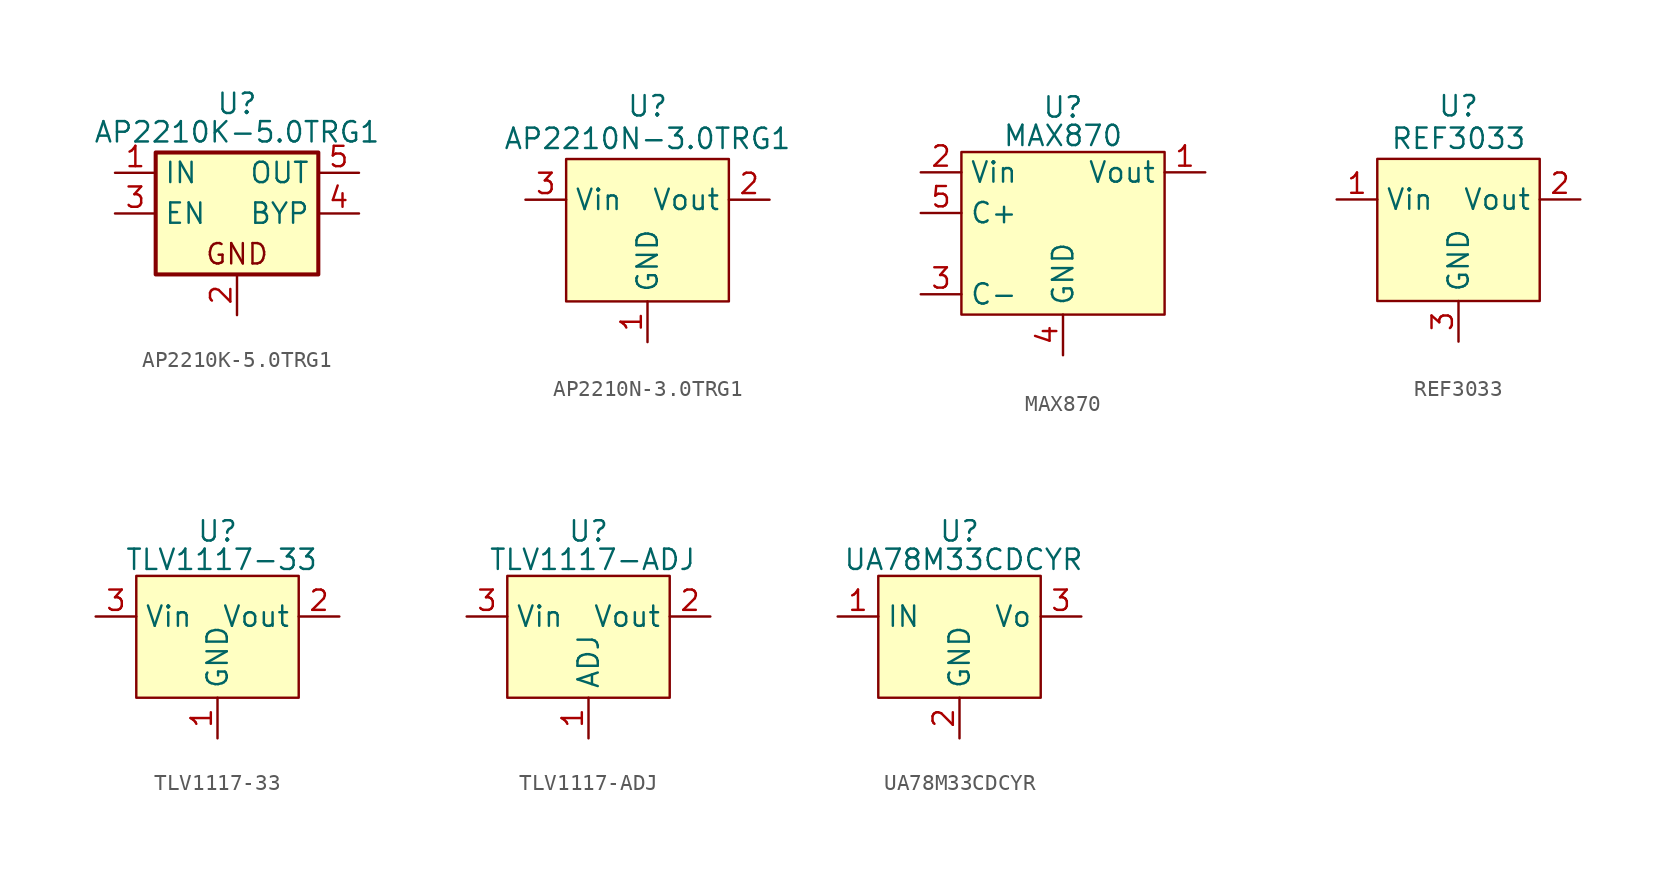
<source format=kicad_sym>
(kicad_symbol_lib
  (version 20241209)
  (generator "kicad_symbol_editor")
  (generator_version "9.0")
  (symbol "AP2210K-5.0TRG1"
    (property "Reference" "U"
      (at 0 5.588 0)
      (effects (font (size 1.27 1.27))))
    (property "Value" "AP2210K-5.0TRG1"
      (at 0 3.81 0)
      (effects (font (size 1.27 1.27))))
    (symbol "AP2210K-5.0TRG1_0_0"
      (rectangle (start -5.08 2.54) (end 5.08 -5.08) (stroke (width 0.254) (type default)) (fill (type background)))
      (text "GND" (at 0 -3.81 0) (effects (font (size 1.27 1.27)))))
    (symbol "AP2210K-5.0TRG1_1_1"
      (pin power_in line (at -7.62 1.27 0) (length 2.54) (name "IN" (effects (font (size 1.27 1.27)))) (number "1" (effects (font (size 1.27 1.27)))))
      (pin input line (at -7.62 -1.27 0) (length 2.54) (name "EN" (effects (font (size 1.27 1.27)))) (number "3" (effects (font (size 1.27 1.27)))))
      (pin power_in line (at 0 -7.62 90) (length 2.54) (name "~" (effects (font (size 1.27 1.27)))) (number "2" (effects (font (size 1.27 1.27)))))
      (pin power_out line (at 7.62 1.27 180) (length 2.54) (name "OUT" (effects (font (size 1.27 1.27)))) (number "5" (effects (font (size 1.27 1.27)))))
      (pin passive line (at 7.62 -1.27 180) (length 2.54) (name "BYP" (effects (font (size 1.27 1.27)))) (number "4" (effects (font (size 1.27 1.27)))))))
  (symbol "AP2210N-3.0TRG1"
    (property "Reference" "U"
      (at 0 5.842 0)
      (effects (font (size 1.27 1.27))))
    (property "Value" "AP2210N-3.0TRG1"
      (at 0 3.81 0)
      (effects (font (size 1.27 1.27))))
    (symbol "AP2210N-3.0TRG1_1_1"
      (rectangle (start -5.08 2.54) (end 5.08 -6.35) (stroke (width 0) (type default)) (fill (type background)))
      (pin power_in line (at -7.62 0 0) (length 2.54) (name "Vin" (effects (font (size 1.27 1.27)))) (number "3" (effects (font (size 1.27 1.27)))))
      (pin power_in line (at 0 -8.89 90) (length 2.54) (name "GND" (effects (font (size 1.27 1.27)))) (number "1" (effects (font (size 1.27 1.27)))))
      (pin power_out line (at 7.62 0 180) (length 2.54) (name "Vout" (effects (font (size 1.27 1.27)))) (number "2" (effects (font (size 1.27 1.27)))))))
  (symbol "MAX870"
    (property "Reference" "U"
      (at 0 6.604 0)
      (effects (font (size 1.27 1.27))))
    (property "Value" "MAX870"
      (at 0 4.826 0)
      (effects (font (size 1.27 1.27))))
    (symbol "MAX870_1_1"
      (rectangle (start -6.35 3.81) (end 6.35 -6.35) (stroke (width 0) (type default)) (fill (type background)))
      (pin power_in line (at -8.89 2.54 0) (length 2.54) (name "Vin" (effects (font (size 1.27 1.27)))) (number "2" (effects (font (size 1.27 1.27)))))
      (pin passive line (at -8.89 0 0) (length 2.54) (name "C+" (effects (font (size 1.27 1.27)))) (number "5" (effects (font (size 1.27 1.27)))))
      (pin passive line (at -8.89 -5.08 0) (length 2.54) (name "C-" (effects (font (size 1.27 1.27)))) (number "3" (effects (font (size 1.27 1.27)))))
      (pin power_in line (at 0 -8.89 90) (length 2.54) (name "GND" (effects (font (size 1.27 1.27)))) (number "4" (effects (font (size 1.27 1.27)))))
      (pin passive line (at 8.89 2.54 180) (length 2.54) (name "Vout" (effects (font (size 1.27 1.27)))) (number "1" (effects (font (size 1.27 1.27)))))))
  (symbol "REF3033"
    (property "Reference" "U"
      (at 0 5.842 0)
      (effects (font (size 1.27 1.27))))
    (property "Value" "REF3033"
      (at 0 3.81 0)
      (effects (font (size 1.27 1.27))))
    (symbol "REF3033_1_1"
      (rectangle (start -5.08 2.54) (end 5.08 -6.35) (stroke (width 0) (type default)) (fill (type background)))
      (pin power_in line (at -7.62 0 0) (length 2.54) (name "Vin" (effects (font (size 1.27 1.27)))) (number "1" (effects (font (size 1.27 1.27)))))
      (pin power_in line (at 0 -8.89 90) (length 2.54) (name "GND" (effects (font (size 1.27 1.27)))) (number "3" (effects (font (size 1.27 1.27)))))
      (pin power_out line (at 7.62 0 180) (length 2.54) (name "Vout" (effects (font (size 1.27 1.27)))) (number "2" (effects (font (size 1.27 1.27)))))))
  (symbol "TLV1117-33"
    (property "Reference" "U"
      (at 0 5.334 0)
      (effects (font (size 1.27 1.27))))
    (property "Value" "TLV1117-33"
      (at 0.254 3.556 0)
      (effects (font (size 1.27 1.27))))
    (symbol "TLV1117-33_1_1"
      (rectangle (start -5.08 2.54) (end 5.08 -5.08) (stroke (width 0) (type default)) (fill (type background)))
      (pin passive line (at -7.62 0 0) (length 2.54) (name "Vin" (effects (font (size 1.27 1.27)))) (number "3" (effects (font (size 1.27 1.27)))))
      (pin power_out line (at 0 -7.62 90) (length 2.54) (name "GND" (effects (font (size 1.27 1.27)))) (number "1" (effects (font (size 1.27 1.27)))))
      (pin passive line (at 7.62 0 180) (length 2.54) (name "Vout" (effects (font (size 1.27 1.27)))) (number "2" (effects (font (size 1.27 1.27)))))))
  (symbol "TLV1117-ADJ"
    (property "Reference" "U"
      (at 0 5.334 0)
      (effects (font (size 1.27 1.27))))
    (property "Value" "TLV1117-ADJ"
      (at 0.254 3.556 0)
      (effects (font (size 1.27 1.27))))
    (symbol "TLV1117-ADJ_1_1"
      (rectangle (start -5.08 2.54) (end 5.08 -5.08) (stroke (width 0) (type default)) (fill (type background)))
      (pin passive line (at -7.62 0 0) (length 2.54) (name "Vin" (effects (font (size 1.27 1.27)))) (number "3" (effects (font (size 1.27 1.27)))))
      (pin power_out line (at 0 -7.62 90) (length 2.54) (name "ADJ" (effects (font (size 1.27 1.27)))) (number "1" (effects (font (size 1.27 1.27)))))
      (pin passive line (at 7.62 0 180) (length 2.54) (name "Vout" (effects (font (size 1.27 1.27)))) (number "2" (effects (font (size 1.27 1.27)))))))
  (symbol "UA78M33CDCYR"
    (property "Reference" "U"
      (at 0 5.334 0)
      (effects (font (size 1.27 1.27))))
    (property "Value" "UA78M33CDCYR"
      (at 0.254 3.556 0)
      (effects (font (size 1.27 1.27))))
    (symbol "UA78M33CDCYR_1_1"
      (rectangle (start -5.08 2.54) (end 5.08 -5.08) (stroke (width 0) (type default)) (fill (type background)))
      (pin passive line (at -7.62 0 0) (length 2.54) (name "IN" (effects (font (size 1.27 1.27)))) (number "1" (effects (font (size 1.27 1.27)))))
      (pin power_out line (at 0 -7.62 90) (length 2.54) (name "GND" (effects (font (size 1.27 1.27)))) (number "2" (effects (font (size 1.27 1.27)))))
      (pin passive line (at 7.62 0 180) (length 2.54) (name "Vo" (effects (font (size 1.27 1.27)))) (number "3" (effects (font (size 1.27 1.27))))))))
</source>
